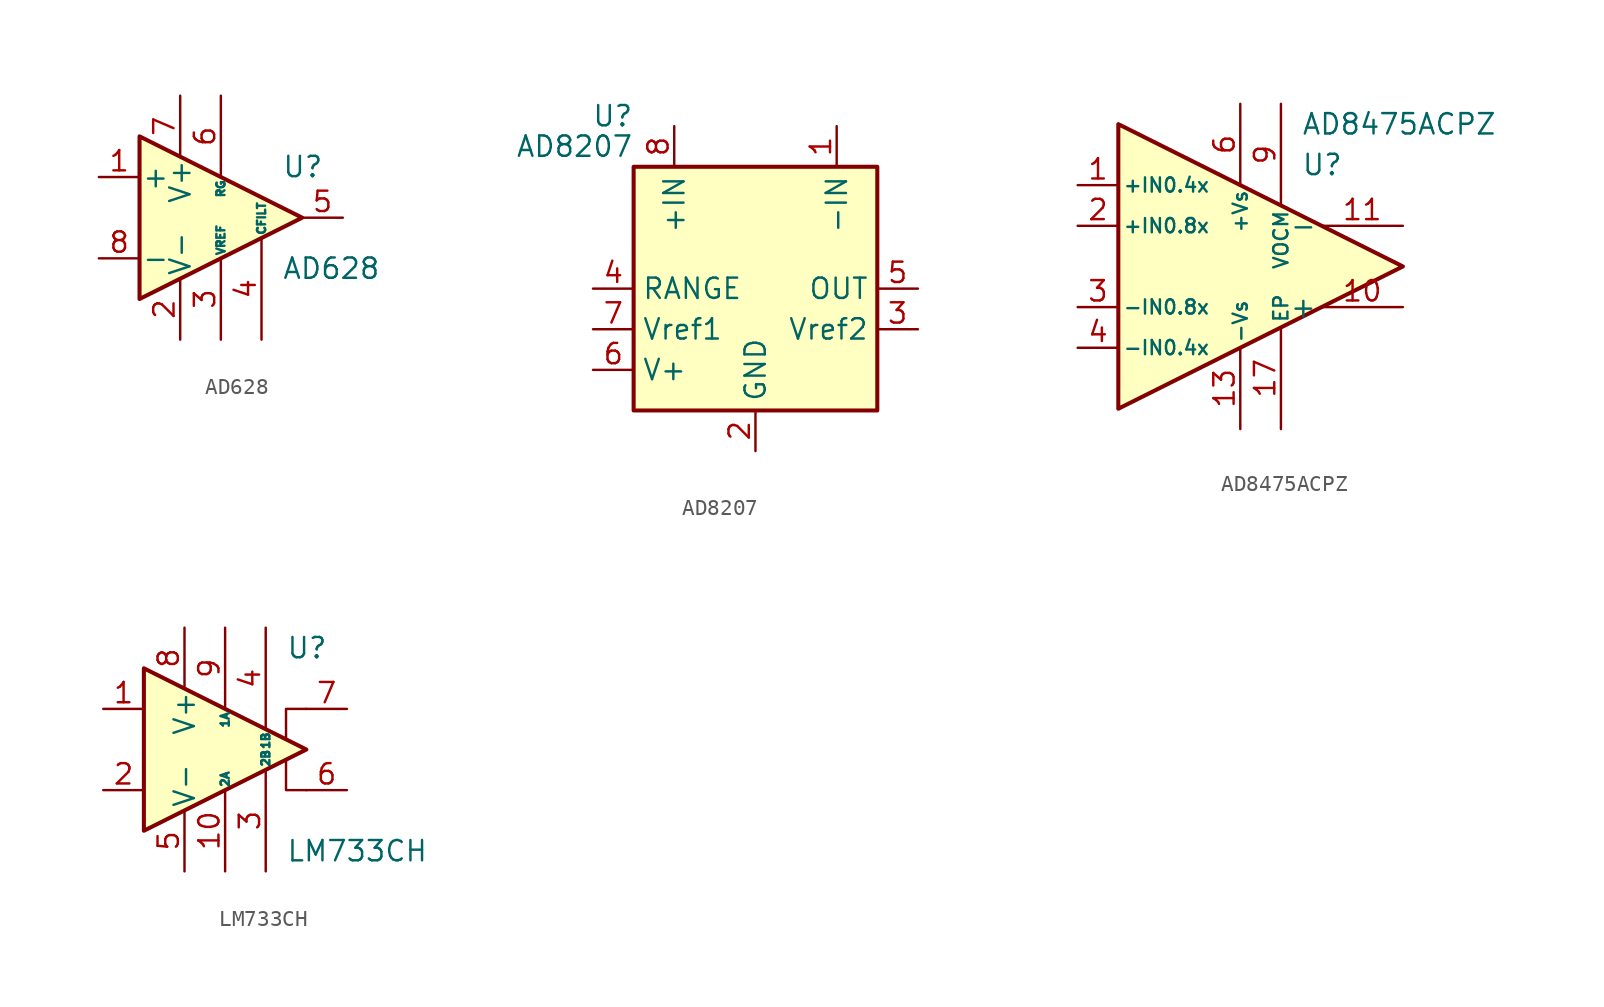
<source format=kicad_sym>
(kicad_symbol_lib
  (version 20201005)
  (generator kicad_symbol_editor)
  (symbol "AD628"
    (pin_names
      (offset 0.127))
    (property "Reference" "U"
      (at 3.81 3.175 0)
      (effects (font (size 1.27 1.27)) (justify left)))
    (property "Value" "AD628"
      (at 3.81 -3.175 0)
      (effects (font (size 1.27 1.27)) (justify left)))
    (symbol "AD628_0_1"
      (polyline (pts (xy 5.08 0) (xy -5.08 5.08) (xy -5.08 -5.08) (xy 5.08 0)) (stroke (width 0.254)) (fill (type background))))
    (symbol "AD628_1_1"
      (pin input line (at -7.62 2.54 0) (length 2.54) (name "+" (effects (font (size 1.27 1.27)))) (number "1" (effects (font (size 1.27 1.27)))))
      (pin power_in line (at -2.54 -7.62 90) (length 3.81) (name "V-" (effects (font (size 1.27 1.27)))) (number "2" (effects (font (size 1.27 1.27)))))
      (pin passive line (at 0 -7.62 90) (length 5.08) (name "VREF" (effects (font (size 0.508 0.508)))) (number "3" (effects (font (size 1.27 1.27)))))
      (pin passive line (at 2.54 -7.62 90) (length 6.35) (name "CFILT" (effects (font (size 0.508 0.508)))) (number "4" (effects (font (size 1.27 1.27)))))
      (pin output line (at 7.62 0 180) (length 2.54) (name "~" (effects (font (size 1.27 1.27)))) (number "5" (effects (font (size 1.27 1.27)))))
      (pin passive line (at 0 7.62 270) (length 5.08) (name "RG" (effects (font (size 0.508 0.508)))) (number "6" (effects (font (size 1.27 1.27)))))
      (pin power_in line (at -2.54 7.62 270) (length 3.81) (name "V+" (effects (font (size 1.27 1.27)))) (number "7" (effects (font (size 1.27 1.27)))))
      (pin input line (at -7.62 -2.54 0) (length 2.54) (name "-" (effects (font (size 1.27 1.27)))) (number "8" (effects (font (size 1.27 1.27)))))))
  (symbol "AD8207"
    (property "Reference" "U"
      (at -7.62 10.795 0)
      (effects (font (size 1.27 1.27)) (justify right)))
    (property "Value" "AD8207"
      (at -7.62 8.89 0)
      (effects (font (size 1.27 1.27)) (justify right)))
    (symbol "AD8207_0_1"
      (rectangle (start -7.62 7.62) (end 7.62 -7.62) (stroke (width 0.254)) (fill (type background))))
    (symbol "AD8207_1_1"
      (pin input line (at 5.08 10.16 270) (length 2.54) (name "-IN" (effects (font (size 1.27 1.27)))) (number "1" (effects (font (size 1.27 1.27)))))
      (pin power_in line (at 0 -10.16 90) (length 2.54) (name "GND" (effects (font (size 1.27 1.27)))) (number "2" (effects (font (size 1.27 1.27)))))
      (pin input line (at 10.16 -2.54 180) (length 2.54) (name "Vref2" (effects (font (size 1.27 1.27)))) (number "3" (effects (font (size 1.27 1.27)))))
      (pin input line (at -10.16 0 0) (length 2.54) (name "RANGE" (effects (font (size 1.27 1.27)))) (number "4" (effects (font (size 1.27 1.27)))))
      (pin output line (at 10.16 0 180) (length 2.54) (name "OUT" (effects (font (size 1.27 1.27)))) (number "5" (effects (font (size 1.27 1.27)))))
      (pin power_in line (at -10.16 -5.08 0) (length 2.54) (name "V+" (effects (font (size 1.27 1.27)))) (number "6" (effects (font (size 1.27 1.27)))))
      (pin input line (at -10.16 -2.54 0) (length 2.54) (name "Vref1" (effects (font (size 1.27 1.27)))) (number "7" (effects (font (size 1.27 1.27)))))
      (pin input line (at -5.08 10.16 270) (length 2.54) (name "+IN" (effects (font (size 1.27 1.27)))) (number "8" (effects (font (size 1.27 1.27)))))))
  (symbol "AD8475ACPZ"
    (pin_names
      (offset 0.254))
    (property "Reference" "U"
      (at 3.81 6.35 0)
      (effects (font (size 1.27 1.27)) (justify left)))
    (property "Value" "AD8475ACPZ"
      (at 3.81 8.89 0)
      (effects (font (size 1.27 1.27)) (justify left)))
    (symbol "AD8475ACPZ_0_1"
      (polyline (pts (xy -7.62 8.89) (xy -7.62 -8.89) (xy 10.16 0) (xy -7.62 8.89)) (stroke (width 0.254)) (fill (type background))))
    (symbol "AD8475ACPZ_1_1"
      (pin input line (at -10.16 5.08 0) (length 2.54) (name "+IN0.4x" (effects (font (size 0.889 0.889)))) (number "1" (effects (font (size 1.27 1.27)))))
      (pin output line (at 10.16 -2.54 180) (length 5.08) (name "+" (effects (font (size 1.27 1.27)))) (number "10" (effects (font (size 1.27 1.27)))))
      (pin output line (at 10.16 2.54 180) (length 5.08) (name "-" (effects (font (size 1.27 1.27)))) (number "11" (effects (font (size 1.27 1.27)))))
      (pin no_connect line (at -7.62 -7.62 0) (length 2.54) hide (name "NC" (effects (font (size 1.27 1.27)))) (number "12" (effects (font (size 1.27 1.27)))))
      (pin power_in line (at 0 -10.16 90) (length 5.08) (name "-Vs" (effects (font (size 0.889 0.889)))) (number "13" (effects (font (size 1.27 1.27)))))
      (pin passive line (at 0 -10.16 90) (length 5.08) hide (name "-Vs" (effects (font (size 0.889 0.889)))) (number "14" (effects (font (size 1.27 1.27)))))
      (pin passive line (at 0 -10.16 90) (length 5.08) hide (name "-Vs" (effects (font (size 0.889 0.889)))) (number "15" (effects (font (size 1.27 1.27)))))
      (pin input line (at -10.16 5.08 0) (length 2.54) hide (name "+IN0.4x" (effects (font (size 0.889 0.889)))) (number "16" (effects (font (size 1.27 1.27)))))
      (pin passive line (at 2.54 -10.16 90) (length 6.35) (name "EP" (effects (font (size 0.889 0.889)))) (number "17" (effects (font (size 1.27 1.27)))))
      (pin input line (at -10.16 2.54 0) (length 2.54) (name "+IN0.8x" (effects (font (size 0.889 0.889)))) (number "2" (effects (font (size 1.27 1.27)))))
      (pin input line (at -10.16 -2.54 0) (length 2.54) (name "-IN0.8x" (effects (font (size 0.889 0.889)))) (number "3" (effects (font (size 1.27 1.27)))))
      (pin input line (at -10.16 -5.08 0) (length 2.54) (name "-IN0.4x" (effects (font (size 0.889 0.889)))) (number "4" (effects (font (size 1.27 1.27)))))
      (pin input line (at -10.16 -5.08 0) (length 2.54) hide (name "-IN0.4x" (effects (font (size 0.889 0.889)))) (number "5" (effects (font (size 1.27 1.27)))))
      (pin power_in line (at 0 10.16 270) (length 5.08) (name "+Vs" (effects (font (size 0.889 0.889)))) (number "6" (effects (font (size 1.27 1.27)))))
      (pin passive line (at 0 10.16 270) (length 5.08) hide (name "+Vs" (effects (font (size 0.889 0.889)))) (number "7" (effects (font (size 1.27 1.27)))))
      (pin passive line (at 0 10.16 270) (length 5.08) hide (name "+Vs" (effects (font (size 0.889 0.889)))) (number "8" (effects (font (size 1.27 1.27)))))
      (pin power_in line (at 2.54 10.16 270) (length 6.35) (name "VOCM" (effects (font (size 0.889 0.889)))) (number "9" (effects (font (size 1.27 1.27)))))))
  (symbol "LM733CH"
    (pin_names
      (offset 0.127))
    (property "Reference" "U"
      (at 3.81 6.35 0)
      (effects (font (size 1.27 1.27)) (justify left)))
    (property "Value" "LM733CH"
      (at 3.81 -6.35 0)
      (effects (font (size 1.27 1.27)) (justify left)))
    (symbol "LM733CH_0_1"
      (polyline (pts (xy 5.08 -2.54) (xy 3.81 -2.54) (xy 3.81 -0.635)) (stroke (width 0)) (fill (type none)))
      (polyline (pts (xy 5.08 2.54) (xy 3.81 2.54) (xy 3.81 0.635)) (stroke (width 0)) (fill (type none)))
      (polyline (pts (xy 5.08 0) (xy -5.08 5.08) (xy -5.08 -5.08) (xy 5.08 0)) (stroke (width 0.254)) (fill (type background))))
    (symbol "LM733CH_1_1"
      (pin input line (at -7.62 2.54 0) (length 2.54) (name "~" (effects (font (size 1.27 1.27)))) (number "1" (effects (font (size 1.27 1.27)))))
      (pin passive line (at 0 -7.62 90) (length 5.08) (name "2A" (effects (font (size 0.508 0.508)))) (number "10" (effects (font (size 1.27 1.27)))))
      (pin input line (at -7.62 -2.54 0) (length 2.54) (name "~" (effects (font (size 1.27 1.27)))) (number "2" (effects (font (size 1.27 1.27)))))
      (pin passive line (at 2.54 -7.62 90) (length 6.35) (name "2B" (effects (font (size 0.508 0.508)))) (number "3" (effects (font (size 1.27 1.27)))))
      (pin passive line (at 2.54 7.62 270) (length 6.35) (name "1B" (effects (font (size 0.508 0.508)))) (number "4" (effects (font (size 1.27 1.27)))))
      (pin power_in line (at -2.54 -7.62 90) (length 3.81) (name "V-" (effects (font (size 1.27 1.27)))) (number "5" (effects (font (size 1.27 1.27)))))
      (pin output line (at 7.62 -2.54 180) (length 2.54) (name "~" (effects (font (size 1.27 1.27)))) (number "6" (effects (font (size 1.27 1.27)))))
      (pin output line (at 7.62 2.54 180) (length 2.54) (name "~" (effects (font (size 1.27 1.27)))) (number "7" (effects (font (size 1.27 1.27)))))
      (pin power_in line (at -2.54 7.62 270) (length 3.81) (name "V+" (effects (font (size 1.27 1.27)))) (number "8" (effects (font (size 1.27 1.27)))))
      (pin passive line (at 0 7.62 270) (length 5.08) (name "1A" (effects (font (size 0.508 0.508)))) (number "9" (effects (font (size 1.27 1.27))))))))
</source>
